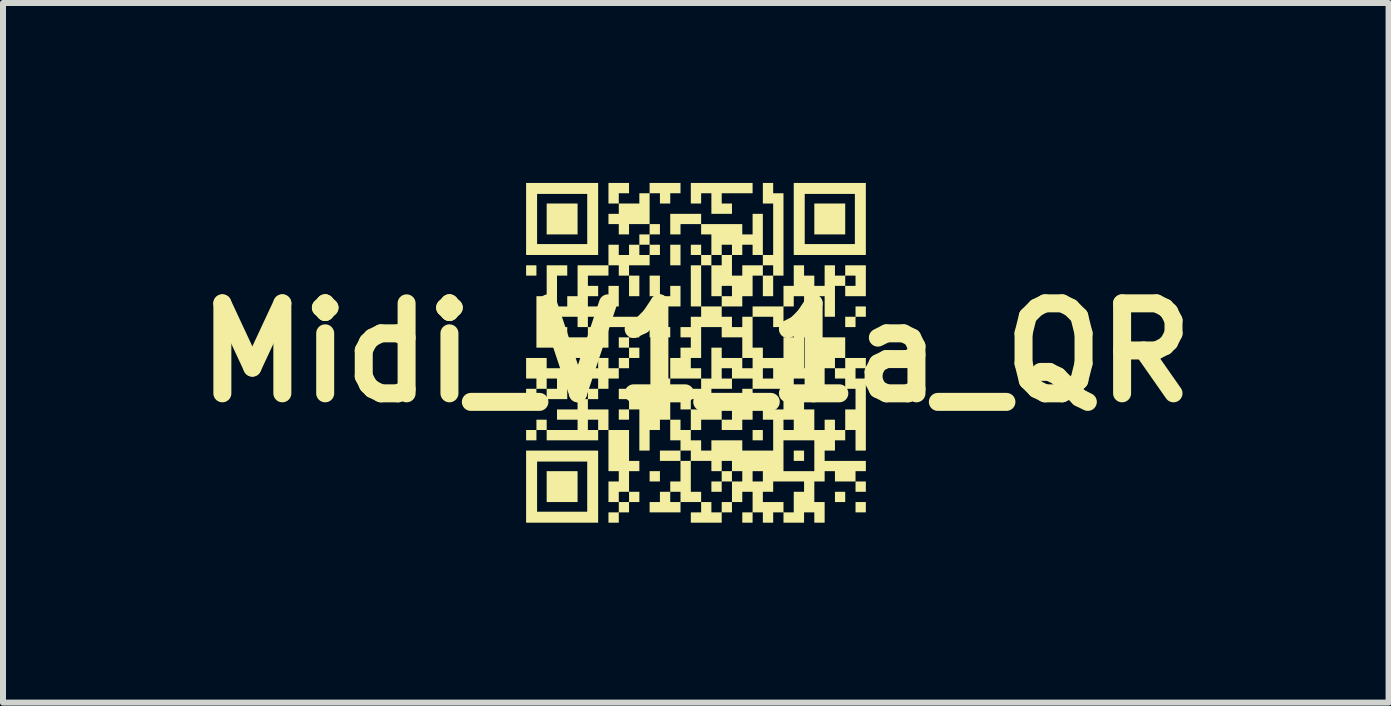
<source format=kicad_pcb>
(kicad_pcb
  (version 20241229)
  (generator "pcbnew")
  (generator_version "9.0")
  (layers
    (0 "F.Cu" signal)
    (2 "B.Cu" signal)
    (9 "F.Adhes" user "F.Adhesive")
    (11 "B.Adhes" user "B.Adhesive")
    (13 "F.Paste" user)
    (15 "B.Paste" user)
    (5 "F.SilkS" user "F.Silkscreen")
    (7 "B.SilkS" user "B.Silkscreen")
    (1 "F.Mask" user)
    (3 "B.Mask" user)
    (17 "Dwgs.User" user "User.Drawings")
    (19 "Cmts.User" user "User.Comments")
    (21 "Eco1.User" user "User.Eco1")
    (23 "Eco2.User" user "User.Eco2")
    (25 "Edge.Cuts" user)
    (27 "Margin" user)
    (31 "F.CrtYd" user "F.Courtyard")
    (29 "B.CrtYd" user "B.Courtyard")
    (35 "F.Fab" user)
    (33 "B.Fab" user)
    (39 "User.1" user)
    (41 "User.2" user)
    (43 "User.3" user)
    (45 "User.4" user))
  (footprint "Midi_V1_1a_QR"
    (layer "F.Cu")
    (at 8.55 2.829)
    (property "Reference" "Midi_V1_1a_QR" (at 0 0 0) (layer "F.SilkS") (effects (font (size 1.5 1.5) (thickness 0.3))))
    (attr board_only exclude_from_pos_files exclude_from_bom)
    (fp_poly (pts (xy -2.657 -1.37) (xy -2.657 -1.284) (xy -2.743 -1.284) (xy -2.829 -1.284) (xy -2.829 -1.37) (xy -2.829 -1.456) (xy -2.743 -1.456) (xy -2.657 -1.456)) (stroke (width 0) (type solid)) (fill yes) (layer "F.SilkS"))
    (fp_poly (pts (xy -1.971 -2.228) (xy -1.971 -1.971) (xy -2.228 -1.971) (xy -2.486 -1.971) (xy -2.486 -2.228) (xy -2.486 -2.486) (xy -2.228 -2.486) (xy -1.971 -2.486)) (stroke (width 0) (type solid)) (fill yes) (layer "F.SilkS"))
    (fp_poly (pts (xy -1.971 2.234) (xy -1.971 2.491) (xy -2.228 2.491) (xy -2.486 2.491) (xy -2.486 2.234) (xy -2.486 1.976) (xy -2.228 1.976) (xy -1.971 1.976)) (stroke (width 0) (type solid)) (fill yes) (layer "F.SilkS"))
    (fp_poly (pts (xy -1.284 -0.941) (xy -1.284 -0.77) (xy -1.37 -0.77) (xy -1.456 -0.77) (xy -1.456 -0.941) (xy -1.456 -1.113) (xy -1.37 -1.113) (xy -1.284 -1.113)) (stroke (width 0) (type solid)) (fill yes) (layer "F.SilkS"))
    (fp_poly (pts (xy -0.941 -1.113) (xy -0.941 -0.941) (xy -1.027 -0.941) (xy -1.113 -0.941) (xy -1.113 -1.113) (xy -1.113 -1.284) (xy -1.027 -1.284) (xy -0.941 -1.284)) (stroke (width 0) (type solid)) (fill yes) (layer "F.SilkS"))
    (fp_poly (pts (xy -0.598 2.062) (xy -0.598 2.148) (xy -0.684 2.148) (xy -0.77 2.148) (xy -0.77 2.062) (xy -0.77 1.976) (xy -0.684 1.976) (xy -0.598 1.976)) (stroke (width 0) (type solid)) (fill yes) (layer "F.SilkS"))
    (fp_poly (pts (xy -0.426 -0.34) (xy -0.426 -0.255) (xy -0.598 -0.255) (xy -0.77 -0.255) (xy -0.77 -0.34) (xy -0.77 -0.426) (xy -0.598 -0.426) (xy -0.426 -0.426)) (stroke (width 0) (type solid)) (fill yes) (layer "F.SilkS"))
    (fp_poly (pts (xy -0.255 -1.628) (xy -0.255 -1.456) (xy -0.34 -1.456) (xy -0.426 -1.456) (xy -0.426 -1.628) (xy -0.426 -1.799) (xy -0.34 -1.799) (xy -0.255 -1.799)) (stroke (width 0) (type solid)) (fill yes) (layer "F.SilkS"))
    (fp_poly (pts (xy 1.118 1.376) (xy 1.118 1.462) (xy 1.032 1.462) (xy 0.947 1.462) (xy 0.947 1.376) (xy 0.947 1.29) (xy 1.032 1.29) (xy 1.118 1.29)) (stroke (width 0) (type solid)) (fill yes) (layer "F.SilkS"))
    (fp_poly (pts (xy 1.805 1.719) (xy 1.805 1.805) (xy 1.719 1.805) (xy 1.633 1.805) (xy 1.633 1.719) (xy 1.633 1.633) (xy 1.719 1.633) (xy 1.805 1.633)) (stroke (width 0) (type solid)) (fill yes) (layer "F.SilkS"))
    (fp_poly (pts (xy 2.491 -2.228) (xy 2.491 -1.971) (xy 2.234 -1.971) (xy 1.976 -1.971) (xy 1.976 -2.228) (xy 1.976 -2.486) (xy 2.234 -2.486) (xy 2.491 -2.486)) (stroke (width 0) (type solid)) (fill yes) (layer "F.SilkS"))
    (fp_poly (pts (xy 2.491 2.405) (xy 2.491 2.491) (xy 2.405 2.491) (xy 2.32 2.491) (xy 2.32 2.405) (xy 2.32 2.32) (xy 2.405 2.32) (xy 2.491 2.32)) (stroke (width 0) (type solid)) (fill yes) (layer "F.SilkS"))
    (fp_poly (pts (xy 2.835 2.234) (xy 2.835 2.32) (xy 2.749 2.32) (xy 2.663 2.32) (xy 2.663 2.234) (xy 2.663 2.148) (xy 2.749 2.148) (xy 2.835 2.148)) (stroke (width 0) (type solid)) (fill yes) (layer "F.SilkS"))
    (fp_poly (pts (xy 2.835 2.577) (xy 2.835 2.663) (xy 2.749 2.663) (xy 2.663 2.663) (xy 2.663 2.577) (xy 2.663 2.491) (xy 2.749 2.491) (xy 2.835 2.491)) (stroke (width 0) (type solid)) (fill yes) (layer "F.SilkS"))
    (fp_poly (pts (xy 0.089 -2.228) (xy 0.089 -2.143) (xy -0.083 -2.143) (xy -0.255 -2.143) (xy -0.255 -2.057) (xy -0.255 -1.971) (xy -0.34 -1.971) (xy -0.426 -1.971) (xy -0.426 -2.143) (xy -0.426 -2.314) (xy -0.169 -2.314) (xy 0.089 -2.314)) (stroke (width 0) (type solid)) (fill yes) (layer "F.SilkS"))
    (fp_poly (pts (xy 0.603 2.062) (xy 0.603 2.148) (xy 0.518 2.148) (xy 0.432 2.148) (xy 0.432 2.234) (xy 0.432 2.32) (xy 0.346 2.32) (xy 0.26 2.32) (xy 0.26 2.234) (xy 0.26 2.148) (xy 0.346 2.148) (xy 0.432 2.148) (xy 0.432 2.062) (xy 0.432 1.976) (xy 0.518 1.976) (xy 0.603 1.976)) (stroke (width 0) (type solid)) (fill yes) (layer "F.SilkS"))
    (fp_poly (pts (xy 2.835 -0.684) (xy 2.835 -0.598) (xy 2.749 -0.598) (xy 2.663 -0.598) (xy 2.663 -0.512) (xy 2.663 -0.426) (xy 2.577 -0.426) (xy 2.491 -0.426) (xy 2.491 -0.512) (xy 2.491 -0.598) (xy 2.577 -0.598) (xy 2.663 -0.598) (xy 2.663 -0.684) (xy 2.663 -0.77) (xy 2.749 -0.77) (xy 2.835 -0.77)) (stroke (width 0) (type solid)) (fill yes) (layer "F.SilkS"))
    (fp_poly (pts (xy -1.628 -2.228) (xy -1.628 -1.628) (xy -2.228 -1.628) (xy -2.829 -1.628) (xy -2.829 -2.228) (xy -2.829 -2.646) (xy -2.646 -2.646) (xy -2.646 -2.228) (xy -2.646 -1.81) (xy -2.228 -1.81) (xy -1.81 -1.81) (xy -1.81 -2.228) (xy -1.81 -2.646) (xy -2.228 -2.646) (xy -2.646 -2.646) (xy -2.829 -2.646) (xy -2.829 -2.829) (xy -2.228 -2.829) (xy -1.628 -2.829)) (stroke (width 0) (type solid)) (fill yes) (layer "F.SilkS"))
    (fp_poly (pts (xy -1.628 2.234) (xy -1.628 2.835) (xy -2.228 2.835) (xy -2.829 2.835) (xy -2.829 2.234) (xy -2.829 1.816) (xy -2.646 1.816) (xy -2.646 2.234) (xy -2.646 2.652) (xy -2.228 2.652) (xy -1.81 2.652) (xy -1.81 2.234) (xy -1.81 1.816) (xy -2.228 1.816) (xy -2.646 1.816) (xy -2.829 1.816) (xy -2.829 1.633) (xy -2.228 1.633) (xy -1.628 1.633)) (stroke (width 0) (type solid)) (fill yes) (layer "F.SilkS"))
    (fp_poly (pts (xy 2.835 -2.228) (xy 2.835 -1.628) (xy 2.234 -1.628) (xy 1.633 -1.628) (xy 1.633 -2.228) (xy 1.633 -2.646) (xy 1.816 -2.646) (xy 1.816 -2.228) (xy 1.816 -1.81) (xy 2.234 -1.81) (xy 2.652 -1.81) (xy 2.652 -2.228) (xy 2.652 -2.646) (xy 2.234 -2.646) (xy 1.816 -2.646) (xy 1.633 -2.646) (xy 1.633 -2.829) (xy 2.234 -2.829) (xy 2.835 -2.829)) (stroke (width 0) (type solid)) (fill yes) (layer "F.SilkS"))
    (fp_poly (pts (xy -0.598 -1.113) (xy -0.598 -0.941) (xy -0.512 -0.941) (xy -0.426 -0.941) (xy -0.426 -1.027) (xy -0.426 -1.113) (xy -0.34 -1.113) (xy -0.255 -1.113) (xy -0.255 -0.941) (xy -0.255 -0.77) (xy -0.426 -0.77) (xy -0.598 -0.77) (xy -0.598 -0.855) (xy -0.598 -0.941) (xy -0.684 -0.941) (xy -0.77 -0.941) (xy -0.77 -1.113) (xy -0.77 -1.284) (xy -0.684 -1.284) (xy -0.598 -1.284)) (stroke (width 0) (type solid)) (fill yes) (layer "F.SilkS"))
    (fp_poly (pts (xy 0.947 -2.743) (xy 0.947 -2.657) (xy 0.689 -2.657) (xy 0.432 -2.657) (xy 0.432 -2.572) (xy 0.432 -2.486) (xy 0.518 -2.486) (xy 0.603 -2.486) (xy 0.603 -2.4) (xy 0.603 -2.314) (xy 0.432 -2.314) (xy 0.26 -2.314) (xy 0.26 -2.486) (xy 0.26 -2.657) (xy 0.174 -2.657) (xy 0.089 -2.657) (xy 0.089 -2.572) (xy 0.089 -2.486) (xy 0.003 -2.486) (xy -0.083 -2.486) (xy -0.083 -2.657) (xy -0.083 -2.829) (xy 0.432 -2.829) (xy 0.947 -2.829)) (stroke (width 0) (type solid)) (fill yes) (layer "F.SilkS"))
    (fp_poly (pts (xy -0.77 0.689) (xy -0.77 0.775) (xy -0.598 0.775) (xy -0.426 0.775) (xy -0.426 0.947) (xy -0.426 1.118) (xy -0.512 1.118) (xy -0.598 1.118) (xy -0.598 1.204) (xy -0.598 1.29) (xy -0.684 1.29) (xy -0.77 1.29) (xy -0.77 1.462) (xy -0.77 1.633) (xy -0.855 1.633) (xy -0.941 1.633) (xy -0.941 1.29) (xy -0.941 0.947) (xy -1.027 0.947) (xy -1.113 0.947) (xy -1.113 1.032) (xy -1.113 1.118) (xy -1.199 1.118) (xy -1.284 1.118) (xy -1.284 1.032) (xy -1.284 0.947) (xy -1.199 0.947) (xy -1.113 0.947) (xy -1.113 0.861) (xy -1.113 0.775) (xy -1.199 0.775) (xy -1.284 0.775) (xy -1.284 0.689) (xy -1.284 0.603) (xy -1.027 0.603) (xy -0.77 0.603)) (stroke (width 0) (type solid)) (fill yes) (layer "F.SilkS"))
    (fp_poly (pts (xy -1.113 -2.743) (xy -1.113 -2.657) (xy -1.199 -2.657) (xy -1.284 -2.657) (xy -1.284 -2.572) (xy -1.284 -2.486) (xy -1.113 -2.486) (xy -0.941 -2.486) (xy -0.941 -2.572) (xy -0.941 -2.657) (xy -0.855 -2.657) (xy -0.77 -2.657) (xy -0.77 -2.743) (xy -0.77 -2.829) (xy -0.512 -2.829) (xy -0.255 -2.829) (xy -0.255 -2.743) (xy -0.255 -2.657) (xy -0.34 -2.657) (xy -0.426 -2.657) (xy -0.426 -2.572) (xy -0.426 -2.486) (xy -0.512 -2.486) (xy -0.598 -2.486) (xy -0.598 -2.572) (xy -0.598 -2.657) (xy -0.684 -2.657) (xy -0.77 -2.657) (xy -0.77 -2.4) (xy -0.77 -2.143) (xy -0.941 -2.143) (xy -1.113 -2.143) (xy -1.113 -2.057) (xy -1.113 -1.971) (xy -1.199 -1.971) (xy -1.284 -1.971) (xy -1.284 -2.057) (xy -1.284 -2.143) (xy -1.37 -2.143) (xy -1.456 -2.143) (xy -1.456 -2.228) (xy -1.456 -2.314) (xy -1.37 -2.314) (xy -1.284 -2.314) (xy -1.284 -2.4) (xy -1.284 -2.486) (xy -1.37 -2.486) (xy -1.456 -2.486) (xy -1.456 -2.657) (xy -1.456 -2.829) (xy -1.284 -2.829) (xy -1.113 -2.829)) (stroke (width 0) (type solid)) (fill yes) (layer "F.SilkS"))
    (fp_poly (pts (xy -1.113 1.547) (xy -1.113 1.805) (xy -1.027 1.805) (xy -0.941 1.805) (xy -0.941 1.891) (xy -0.941 1.976) (xy -1.027 1.976) (xy -1.113 1.976) (xy -1.113 2.148) (xy -1.113 2.32) (xy -1.199 2.32) (xy -1.284 2.32) (xy -1.284 2.405) (xy -1.284 2.491) (xy -1.199 2.491) (xy -1.113 2.491) (xy -1.113 2.405) (xy -1.113 2.32) (xy -1.027 2.32) (xy -0.941 2.32) (xy -0.941 2.405) (xy -0.941 2.491) (xy -1.027 2.491) (xy -1.113 2.491) (xy -1.113 2.577) (xy -1.113 2.663) (xy -1.199 2.663) (xy -1.284 2.663) (xy -1.284 2.749) (xy -1.284 2.835) (xy -1.37 2.835) (xy -1.456 2.835) (xy -1.456 2.749) (xy -1.456 2.663) (xy -1.37 2.663) (xy -1.284 2.663) (xy -1.284 2.577) (xy -1.284 2.491) (xy -1.37 2.491) (xy -1.456 2.491) (xy -1.456 2.32) (xy -1.456 2.148) (xy -1.37 2.148) (xy -1.284 2.148) (xy -1.284 2.062) (xy -1.284 1.976) (xy -1.37 1.976) (xy -1.456 1.976) (xy -1.456 1.633) (xy -1.456 1.29) (xy -1.284 1.29) (xy -1.113 1.29)) (stroke (width 0) (type solid)) (fill yes) (layer "F.SilkS"))
    (fp_poly (pts (xy -0.941 0.003) (xy -0.941 0.089) (xy -1.027 0.089) (xy -1.113 0.089) (xy -1.113 0.174) (xy -1.113 0.26) (xy -1.199 0.26) (xy -1.284 0.26) (xy -1.284 0.346) (xy -1.284 0.432) (xy -1.37 0.432) (xy -1.456 0.432) (xy -1.456 0.518) (xy -1.456 0.603) (xy -1.542 0.603) (xy -1.628 0.603) (xy -1.628 0.689) (xy -1.628 0.775) (xy -1.713 0.775) (xy -1.799 0.775) (xy -1.799 0.861) (xy -1.799 0.947) (xy -1.628 0.947) (xy -1.456 0.947) (xy -1.456 1.118) (xy -1.456 1.29) (xy -1.542 1.29) (xy -1.628 1.29) (xy -1.628 1.376) (xy -1.628 1.462) (xy -2.057 1.462) (xy -2.486 1.462) (xy -2.486 1.376) (xy -2.486 1.29) (xy -2.572 1.29) (xy -2.657 1.29) (xy -2.657 1.376) (xy -2.657 1.462) (xy -2.743 1.462) (xy -2.829 1.462) (xy -2.829 1.376) (xy -2.829 1.29) (xy -2.743 1.29) (xy -2.657 1.29) (xy -2.657 1.204) (xy -2.657 1.118) (xy -2.572 1.118) (xy -2.486 1.118) (xy -2.486 1.204) (xy -2.486 1.29) (xy -2.228 1.29) (xy -1.971 1.29) (xy -1.971 1.204) (xy -1.971 1.118) (xy -1.799 1.118) (xy -1.799 1.204) (xy -1.799 1.29) (xy -1.713 1.29) (xy -1.628 1.29) (xy -1.628 1.204) (xy -1.628 1.118) (xy -1.713 1.118) (xy -1.799 1.118) (xy -1.971 1.118) (xy -2.143 1.118) (xy -2.314 1.118) (xy -2.314 1.032) (xy -2.314 0.947) (xy -2.143 0.947) (xy -1.971 0.947) (xy -1.971 0.861) (xy -1.971 0.775) (xy -1.885 0.775) (xy -1.799 0.775) (xy -1.799 0.689) (xy -1.799 0.603) (xy -1.713 0.603) (xy -1.628 0.603) (xy -1.628 0.518) (xy -1.628 0.432) (xy -1.885 0.432) (xy -2.143 0.432) (xy -2.143 0.603) (xy -2.143 0.775) (xy -2.314 0.775) (xy -2.486 0.775) (xy -2.486 0.689) (xy -2.486 0.603) (xy -2.572 0.603) (xy -2.657 0.603) (xy -2.657 0.775) (xy -2.657 0.947) (xy -2.743 0.947) (xy -2.829 0.947) (xy -2.829 0.775) (xy -2.829 0.603) (xy -2.743 0.603) (xy -2.657 0.603) (xy -2.657 0.518) (xy -2.657 0.432) (xy -2.486 0.432) (xy -2.486 0.518) (xy -2.486 0.603) (xy -2.4 0.603) (xy -2.314 0.603) (xy -2.314 0.518) (xy -2.314 0.432) (xy -2.4 0.432) (xy -2.486 0.432) (xy -2.657 0.432) (xy -2.743 0.432) (xy -2.829 0.432) (xy -2.829 0.26) (xy -2.829 0.089) (xy -2.657 0.089) (xy -2.486 0.089) (xy -2.486 0.174) (xy -2.486 0.26) (xy -2.057 0.26) (xy -1.628 0.26) (xy -1.628 0.174) (xy -1.628 0.089) (xy -1.542 0.089) (xy -1.456 0.089) (xy -1.456 0.174) (xy -1.456 0.26) (xy -1.37 0.26) (xy -1.284 0.26) (xy -1.284 0.174) (xy -1.284 0.089) (xy -1.199 0.089) (xy -1.113 0.089) (xy -1.113 0.003) (xy -1.113 -0.083) (xy -1.027 -0.083) (xy -0.941 -0.083)) (stroke (width 0) (type solid)) (fill yes) (layer "F.SilkS"))
    (fp_poly (pts (xy -0.598 -2.057) (xy -0.598 -1.971) (xy -0.684 -1.971) (xy -0.77 -1.971) (xy -0.77 -1.885) (xy -0.77 -1.799) (xy -0.855 -1.799) (xy -0.941 -1.799) (xy -0.941 -1.713) (xy -0.941 -1.628) (xy -0.855 -1.628) (xy -0.77 -1.628) (xy -0.77 -1.713) (xy -0.77 -1.799) (xy -0.684 -1.799) (xy -0.598 -1.799) (xy -0.598 -1.713) (xy -0.598 -1.628) (xy -0.684 -1.628) (xy -0.77 -1.628) (xy -0.77 -1.542) (xy -0.77 -1.456) (xy -0.941 -1.456) (xy -1.113 -1.456) (xy -1.113 -1.37) (xy -1.113 -1.284) (xy -1.199 -1.284) (xy -1.284 -1.284) (xy -1.284 -1.37) (xy -1.284 -1.456) (xy -1.37 -1.456) (xy -1.456 -1.456) (xy -1.456 -1.37) (xy -1.456 -1.284) (xy -1.628 -1.284) (xy -1.799 -1.284) (xy -1.799 -1.199) (xy -1.799 -1.113) (xy -1.713 -1.113) (xy -1.628 -1.113) (xy -1.628 -1.027) (xy -1.628 -0.941) (xy -1.713 -0.941) (xy -1.799 -0.941) (xy -1.799 -0.855) (xy -1.799 -0.77) (xy -1.713 -0.77) (xy -1.628 -0.77) (xy -1.628 -0.684) (xy -1.628 -0.598) (xy -1.713 -0.598) (xy -1.799 -0.598) (xy -1.799 -0.512) (xy -1.799 -0.426) (xy -1.885 -0.426) (xy -1.971 -0.426) (xy -1.971 -0.512) (xy -1.971 -0.598) (xy -2.143 -0.598) (xy -2.314 -0.598) (xy -2.314 -0.512) (xy -2.314 -0.426) (xy -2.228 -0.426) (xy -2.143 -0.426) (xy -2.143 -0.34) (xy -2.143 -0.255) (xy -1.971 -0.255) (xy -1.799 -0.255) (xy -1.799 -0.34) (xy -1.799 -0.426) (xy -1.713 -0.426) (xy -1.628 -0.426) (xy -1.628 -0.512) (xy -1.628 -0.598) (xy -1.199 -0.598) (xy -0.77 -0.598) (xy -0.77 -0.512) (xy -0.77 -0.426) (xy -0.855 -0.426) (xy -0.941 -0.426) (xy -0.941 -0.34) (xy -0.941 -0.255) (xy -1.027 -0.255) (xy -1.113 -0.255) (xy -1.113 -0.169) (xy -1.113 -0.083) (xy -1.199 -0.083) (xy -1.284 -0.083) (xy -1.284 -0.169) (xy -1.284 -0.255) (xy -1.199 -0.255) (xy -1.113 -0.255) (xy -1.113 -0.34) (xy -1.113 -0.426) (xy -1.284 -0.426) (xy -1.456 -0.426) (xy -1.456 -0.255) (xy -1.456 -0.083) (xy -1.542 -0.083) (xy -1.628 -0.083) (xy -1.628 -0.169) (xy -1.628 -0.255) (xy -1.713 -0.255) (xy -1.799 -0.255) (xy -1.799 -0.169) (xy -1.799 -0.083) (xy -1.713 -0.083) (xy -1.628 -0.083) (xy -1.628 0.003) (xy -1.628 0.089) (xy -1.971 0.089) (xy -2.314 0.089) (xy -2.314 0.003) (xy -2.314 -0.083) (xy -2.486 -0.083) (xy -2.657 -0.083) (xy -2.657 -0.512) (xy -2.657 -0.77) (xy -2.486 -0.77) (xy -2.486 -0.684) (xy -2.486 -0.598) (xy -2.4 -0.598) (xy -2.314 -0.598) (xy -2.314 -0.684) (xy -2.314 -0.77) (xy -2.4 -0.77) (xy -2.486 -0.77) (xy -2.657 -0.77) (xy -2.657 -0.941) (xy -2.572 -0.941) (xy -2.486 -0.941) (xy -2.486 -1.199) (xy -2.486 -1.456) (xy -2.314 -1.456) (xy -2.143 -1.456) (xy -2.143 -1.37) (xy -2.143 -1.284) (xy -2.228 -1.284) (xy -2.314 -1.284) (xy -2.314 -1.027) (xy -2.314 -0.77) (xy -2.228 -0.77) (xy -2.143 -0.77) (xy -2.143 -0.855) (xy -2.143 -0.941) (xy -2.057 -0.941) (xy -1.971 -0.941) (xy -1.971 -1.199) (xy -1.971 -1.456) (xy -1.713 -1.456) (xy -1.456 -1.456) (xy -1.456 -1.628) (xy -1.456 -1.799) (xy -1.37 -1.799) (xy -1.284 -1.799) (xy -1.284 -1.713) (xy -1.284 -1.628) (xy -1.199 -1.628) (xy -1.113 -1.628) (xy -1.113 -1.713) (xy -1.113 -1.799) (xy -1.027 -1.799) (xy -0.941 -1.799) (xy -0.941 -1.885) (xy -0.941 -1.971) (xy -0.855 -1.971) (xy -0.77 -1.971) (xy -0.77 -2.057) (xy -0.77 -2.143) (xy -0.684 -2.143) (xy -0.598 -2.143)) (stroke (width 0) (type solid)) (fill yes) (layer "F.SilkS"))
    (fp_poly (pts (xy 1.29 -2.743) (xy 1.29 -2.657) (xy 1.376 -2.657) (xy 1.462 -2.657) (xy 1.462 -1.971) (xy 1.462 -1.284) (xy 1.376 -1.284) (xy 1.29 -1.284) (xy 1.29 -1.113) (xy 1.29 -0.941) (xy 1.204 -0.941) (xy 1.118 -0.941) (xy 1.118 -1.113) (xy 1.118 -1.284) (xy 1.032 -1.284) (xy 0.947 -1.284) (xy 0.947 -1.113) (xy 0.947 -0.941) (xy 0.861 -0.941) (xy 0.775 -0.941) (xy 0.775 -0.855) (xy 0.775 -0.77) (xy 0.603 -0.77) (xy 0.432 -0.77) (xy 0.432 -0.684) (xy 0.432 -0.598) (xy 0.518 -0.598) (xy 0.603 -0.598) (xy 0.603 -0.512) (xy 0.603 -0.426) (xy 0.689 -0.426) (xy 0.775 -0.426) (xy 0.775 -0.512) (xy 0.775 -0.598) (xy 0.861 -0.598) (xy 0.947 -0.598) (xy 0.947 -0.684) (xy 0.947 -0.77) (xy 1.204 -0.77) (xy 1.462 -0.77) (xy 1.462 -0.941) (xy 1.462 -1.113) (xy 1.547 -1.113) (xy 1.633 -1.113) (xy 1.633 -1.284) (xy 1.633 -1.456) (xy 1.719 -1.456) (xy 1.805 -1.456) (xy 1.805 -1.37) (xy 1.805 -1.284) (xy 1.891 -1.284) (xy 1.976 -1.284) (xy 1.976 -1.199) (xy 1.976 -1.113) (xy 2.062 -1.113) (xy 2.148 -1.113) (xy 2.148 -1.284) (xy 2.148 -1.456) (xy 2.234 -1.456) (xy 2.32 -1.456) (xy 2.32 -1.37) (xy 2.32 -1.284) (xy 2.405 -1.284) (xy 2.491 -1.284) (xy 2.491 -1.199) (xy 2.491 -1.113) (xy 2.577 -1.113) (xy 2.663 -1.113) (xy 2.663 -1.199) (xy 2.663 -1.284) (xy 2.577 -1.284) (xy 2.491 -1.284) (xy 2.491 -1.37) (xy 2.491 -1.456) (xy 2.663 -1.456) (xy 2.835 -1.456) (xy 2.835 -1.199) (xy 2.835 -0.941) (xy 2.663 -0.941) (xy 2.491 -0.941) (xy 2.491 -1.027) (xy 2.491 -1.113) (xy 2.405 -1.113) (xy 2.32 -1.113) (xy 2.32 -0.855) (xy 2.32 -0.598) (xy 2.234 -0.598) (xy 2.148 -0.598) (xy 2.148 -0.77) (xy 2.148 -0.941) (xy 2.062 -0.941) (xy 1.976 -0.941) (xy 1.976 -0.598) (xy 1.976 -0.255) (xy 1.891 -0.255) (xy 1.805 -0.255) (xy 1.805 0.003) (xy 1.805 0.26) (xy 1.891 0.26) (xy 1.976 0.26) (xy 1.976 0.003) (xy 1.976 -0.255) (xy 2.234 -0.255) (xy 2.491 -0.255) (xy 2.491 -0.083) (xy 2.491 0.089) (xy 2.405 0.089) (xy 2.32 0.089) (xy 2.32 0.174) (xy 2.32 0.26) (xy 2.234 0.26) (xy 2.148 0.26) (xy 2.148 0.432) (xy 2.148 0.603) (xy 2.32 0.603) (xy 2.491 0.603) (xy 2.491 0.518) (xy 2.491 0.432) (xy 2.405 0.432) (xy 2.32 0.432) (xy 2.32 0.346) (xy 2.32 0.26) (xy 2.405 0.26) (xy 2.491 0.26) (xy 2.491 0.174) (xy 2.491 0.089) (xy 2.663 0.089) (xy 2.835 0.089) (xy 2.835 0.174) (xy 2.835 0.26) (xy 2.749 0.26) (xy 2.663 0.26) (xy 2.663 0.346) (xy 2.663 0.432) (xy 2.749 0.432) (xy 2.835 0.432) (xy 2.835 1.032) (xy 2.835 1.633) (xy 2.749 1.633) (xy 2.663 1.633) (xy 2.663 1.462) (xy 2.663 1.29) (xy 2.577 1.29) (xy 2.491 1.29) (xy 2.491 1.376) (xy 2.491 1.462) (xy 2.405 1.462) (xy 2.32 1.462) (xy 2.32 1.547) (xy 2.32 1.633) (xy 2.234 1.633) (xy 2.148 1.633) (xy 2.148 1.719) (xy 2.148 1.805) (xy 2.491 1.805) (xy 2.835 1.805) (xy 2.835 1.891) (xy 2.835 1.976) (xy 2.749 1.976) (xy 2.663 1.976) (xy 2.663 2.062) (xy 2.663 2.148) (xy 2.491 2.148) (xy 2.32 2.148) (xy 2.32 2.062) (xy 2.32 1.976) (xy 2.234 1.976) (xy 2.148 1.976) (xy 2.148 2.062) (xy 2.148 2.148) (xy 2.062 2.148) (xy 1.976 2.148) (xy 1.976 2.32) (xy 1.976 2.491) (xy 2.062 2.491) (xy 2.148 2.491) (xy 2.148 2.663) (xy 2.148 2.835) (xy 2.062 2.835) (xy 1.976 2.835) (xy 1.976 2.749) (xy 1.976 2.663) (xy 1.891 2.663) (xy 1.805 2.663) (xy 1.805 2.749) (xy 1.805 2.835) (xy 1.633 2.835) (xy 1.462 2.835) (xy 1.462 2.749) (xy 1.462 2.663) (xy 1.376 2.663) (xy 1.29 2.663) (xy 1.29 2.749) (xy 1.29 2.835) (xy 1.204 2.835) (xy 1.118 2.835) (xy 1.118 2.749) (xy 1.118 2.663) (xy 1.032 2.663) (xy 0.947 2.663) (xy 0.947 2.749) (xy 0.947 2.835) (xy 0.861 2.835) (xy 0.775 2.835) (xy 0.775 2.749) (xy 0.775 2.663) (xy 0.861 2.663) (xy 0.947 2.663) (xy 0.947 2.491) (xy 1.118 2.491) (xy 1.29 2.491) (xy 1.462 2.491) (xy 1.462 2.577) (xy 1.462 2.663) (xy 1.547 2.663) (xy 1.633 2.663) (xy 1.633 2.491) (xy 1.633 2.32) (xy 1.719 2.32) (xy 1.805 2.32) (xy 1.805 2.234) (xy 1.805 2.148) (xy 1.547 2.148) (xy 1.29 2.148) (xy 1.29 2.234) (xy 1.29 2.32) (xy 1.204 2.32) (xy 1.118 2.32) (xy 1.118 2.405) (xy 1.118 2.491) (xy 0.947 2.491) (xy 0.947 2.32) (xy 0.861 2.32) (xy 0.775 2.32) (xy 0.775 2.405) (xy 0.775 2.491) (xy 0.689 2.491) (xy 0.603 2.491) (xy 0.603 2.577) (xy 0.603 2.663) (xy 0.518 2.663) (xy 0.432 2.663) (xy 0.432 2.749) (xy 0.432 2.835) (xy 0.174 2.835) (xy -0.083 2.835) (xy -0.083 2.749) (xy -0.083 2.663) (xy 0.003 2.663) (xy 0.089 2.663) (xy 0.089 2.577) (xy 0.089 2.491) (xy 0.174 2.491) (xy 0.26 2.491) (xy 0.26 2.577) (xy 0.26 2.663) (xy 0.346 2.663) (xy 0.432 2.663) (xy 0.432 2.577) (xy 0.432 2.491) (xy 0.518 2.491) (xy 0.603 2.491) (xy 0.603 2.32) (xy 0.603 2.148) (xy 0.689 2.148) (xy 0.775 2.148) (xy 0.775 2.062) (xy 0.775 1.976) (xy 0.947 1.976) (xy 0.947 2.062) (xy 0.947 2.148) (xy 1.032 2.148) (xy 1.118 2.148) (xy 1.118 2.062) (xy 1.118 1.976) (xy 1.032 1.976) (xy 0.947 1.976) (xy 0.775 1.976) (xy 0.689 1.976) (xy 0.603 1.976) (xy 0.603 1.891) (xy 0.603 1.805) (xy 0.518 1.805) (xy 0.432 1.805) (xy 0.432 1.891) (xy 0.432 1.976) (xy 0.346 1.976) (xy 0.26 1.976) (xy 0.26 1.891) (xy 0.26 1.805) (xy 0.089 1.805) (xy -0.083 1.805) (xy -0.083 2.062) (xy -0.083 2.32) (xy 0.003 2.32) (xy 0.089 2.32) (xy 0.089 2.405) (xy 0.089 2.491) (xy -0.083 2.491) (xy -0.255 2.491) (xy -0.255 2.577) (xy -0.255 2.663) (xy -0.512 2.663) (xy -0.77 2.663) (xy -0.77 2.577) (xy -0.77 2.491) (xy -0.684 2.491) (xy -0.598 2.491) (xy -0.598 2.405) (xy -0.598 2.32) (xy -0.512 2.32) (xy -0.426 2.32) (xy -0.426 2.405) (xy -0.426 2.491) (xy -0.34 2.491) (xy -0.255 2.491) (xy -0.255 2.405) (xy -0.255 2.32) (xy -0.34 2.32) (xy -0.426 2.32) (xy -0.426 2.234) (xy -0.426 2.148) (xy -0.34 2.148) (xy -0.255 2.148) (xy -0.255 1.976) (xy -0.255 1.805) (xy -0.426 1.805) (xy -0.598 1.805) (xy -0.598 1.719) (xy -0.598 1.633) (xy -0.426 1.633) (xy -0.255 1.633) (xy -0.255 1.719) (xy -0.255 1.805) (xy -0.169 1.805) (xy -0.083 1.805) (xy -0.083 1.719) (xy -0.083 1.633) (xy -0.169 1.633) (xy -0.255 1.633) (xy -0.255 1.547) (xy -0.255 1.462) (xy -0.083 1.462) (xy 0.003 1.462) (xy 0.089 1.462) (xy 0.089 1.547) (xy 0.089 1.633) (xy 0.174 1.633) (xy 0.26 1.633) (xy 0.26 1.547) (xy 0.26 1.462) (xy 0.518 1.462) (xy 0.775 1.462) (xy 0.775 1.547) (xy 0.775 1.633) (xy 1.032 1.633) (xy 1.29 1.633) (xy 1.29 1.462) (xy 1.462 1.462) (xy 1.462 1.719) (xy 1.462 1.976) (xy 1.719 1.976) (xy 1.976 1.976) (xy 1.976 1.719) (xy 1.976 1.462) (xy 1.719 1.462) (xy 1.462 1.462) (xy 1.29 1.462) (xy 1.29 1.376) (xy 1.29 1.118) (xy 1.462 1.118) (xy 1.462 1.204) (xy 1.462 1.29) (xy 1.547 1.29) (xy 1.633 1.29) (xy 1.633 1.204) (xy 1.633 1.118) (xy 1.547 1.118) (xy 1.462 1.118) (xy 1.29 1.118) (xy 1.204 1.118) (xy 1.118 1.118) (xy 1.118 1.032) (xy 1.118 0.947) (xy 1.032 0.947) (xy 0.947 0.947) (xy 0.947 1.032) (xy 0.947 1.118) (xy 0.861 1.118) (xy 0.775 1.118) (xy 0.775 1.204) (xy 0.775 1.29) (xy 0.603 1.29) (xy 0.432 1.29) (xy 0.432 1.204) (xy 0.432 1.118) (xy 0.518 1.118) (xy 0.603 1.118) (xy 0.603 1.032) (xy 0.603 0.947) (xy 0.518 0.947) (xy 0.432 0.947) (xy 0.432 1.032) (xy 0.432 1.118) (xy 0.26 1.118) (xy 0.089 1.118) (xy 0.089 1.204) (xy 0.089 1.29) (xy 0.003 1.29) (xy -0.083 1.29) (xy -0.083 1.376) (xy -0.083 1.462) (xy -0.255 1.462) (xy -0.34 1.462) (xy -0.426 1.462) (xy -0.426 1.29) (xy -0.426 1.118) (xy -0.34 1.118) (xy -0.255 1.118) (xy -0.255 1.204) (xy -0.255 1.29) (xy -0.169 1.29) (xy -0.083 1.29) (xy -0.083 1.118) (xy -0.083 0.947) (xy 0.089 0.947) (xy 0.26 0.947) (xy 0.26 0.861) (xy 0.26 0.775) (xy 0.518 0.775) (xy 0.775 0.775) (xy 0.775 0.689) (xy 0.775 0.603) (xy 0.861 0.603) (xy 0.947 0.603) (xy 0.947 0.689) (xy 0.947 0.775) (xy 1.118 0.775) (xy 1.29 0.775) (xy 1.29 0.861) (xy 1.29 0.947) (xy 1.376 0.947) (xy 1.462 0.947) (xy 1.462 0.861) (xy 1.462 0.775) (xy 1.633 0.775) (xy 1.805 0.775) (xy 1.805 0.861) (xy 1.805 0.947) (xy 1.891 0.947) (xy 1.976 0.947) (xy 1.976 1.118) (xy 1.976 1.29) (xy 2.062 1.29) (xy 2.148 1.29) (xy 2.148 1.204) (xy 2.148 1.118) (xy 2.234 1.118) (xy 2.32 1.118) (xy 2.32 1.204) (xy 2.32 1.29) (xy 2.405 1.29) (xy 2.491 1.29) (xy 2.491 1.118) (xy 2.491 0.947) (xy 2.577 0.947) (xy 2.663 0.947) (xy 2.663 0.775) (xy 2.663 0.603) (xy 2.577 0.603) (xy 2.491 0.603) (xy 2.491 0.689) (xy 2.491 0.775) (xy 2.234 0.775) (xy 1.976 0.775) (xy 1.976 0.603) (xy 1.976 0.432) (xy 1.805 0.432) (xy 1.633 0.432) (xy 1.633 0.518) (xy 1.633 0.603) (xy 1.29 0.603) (xy 0.947 0.603) (xy 0.947 0.518) (xy 0.947 0.432) (xy 0.775 0.432) (xy 0.603 0.432) (xy 0.603 0.518) (xy 0.603 0.603) (xy 0.432 0.603) (xy 0.26 0.603) (xy 0.26 0.689) (xy 0.26 0.775) (xy 0.089 0.775) (xy -0.083 0.775) (xy -0.083 0.861) (xy -0.083 0.947) (xy -0.169 0.947) (xy -0.255 0.947) (xy -0.255 0.861) (xy -0.255 0.775) (xy -0.169 0.775) (xy -0.083 0.775) (xy -0.083 0.689) (xy -0.083 0.603) (xy 0.003 0.603) (xy 0.089 0.603) (xy 0.089 0.518) (xy 0.089 0.432) (xy -0.169 0.432) (xy -0.426 0.432) (xy -0.426 0.518) (xy -0.426 0.603) (xy -0.512 0.603) (xy -0.598 0.603) (xy -0.598 0.518) (xy -0.598 0.432) (xy -0.512 0.432) (xy -0.426 0.432) (xy -0.426 0.26) (xy -0.083 0.26) (xy 0.003 0.26) (xy 0.089 0.26) (xy 0.089 0.346) (xy 0.089 0.432) (xy 0.174 0.432) (xy 0.26 0.432) (xy 0.26 0.26) (xy 0.432 0.26) (xy 0.432 0.346) (xy 0.432 0.432) (xy 0.518 0.432) (xy 0.603 0.432) (xy 0.603 0.346) (xy 0.603 0.26) (xy 0.518 0.26) (xy 0.432 0.26) (xy 0.26 0.26) (xy 0.26 0.174) (xy 0.26 -0.083) (xy 0.346 -0.083) (xy 0.432 -0.083) (xy 0.432 0.003) (xy 0.432 0.089) (xy 0.603 0.089) (xy 0.775 0.089) (xy 0.775 0.174) (xy 0.775 0.26) (xy 0.861 0.26) (xy 0.947 0.26) (xy 1.118 0.26) (xy 1.118 0.346) (xy 1.118 0.432) (xy 1.204 0.432) (xy 1.29 0.432) (xy 1.29 0.346) (xy 1.29 0.26) (xy 1.204 0.26) (xy 1.118 0.26) (xy 0.947 0.26) (xy 0.947 0.174) (xy 0.947 0.089) (xy 0.861 0.089) (xy 0.775 0.089) (xy 0.775 -0.083) (xy 0.947 -0.083) (xy 1.032 -0.083) (xy 1.118 -0.083) (xy 1.118 0.003) (xy 1.118 0.089) (xy 1.29 0.089) (xy 1.462 0.089) (xy 1.462 -0.083) (xy 1.462 -0.255) (xy 1.547 -0.255) (xy 1.633 -0.255) (xy 1.633 -0.34) (xy 1.633 -0.426) (xy 1.719 -0.426) (xy 1.805 -0.426) (xy 1.805 -0.684) (xy 1.805 -0.941) (xy 1.719 -0.941) (xy 1.633 -0.941) (xy 1.633 -0.855) (xy 1.633 -0.77) (xy 1.547 -0.77) (xy 1.462 -0.77) (xy 1.462 -0.598) (xy 1.462 -0.426) (xy 1.376 -0.426) (xy 1.29 -0.426) (xy 1.29 -0.512) (xy 1.29 -0.598) (xy 1.118 -0.598) (xy 0.947 -0.598) (xy 0.947 -0.34) (xy 0.947 -0.083) (xy 0.775 -0.083) (xy 0.775 -0.255) (xy 0.603 -0.255) (xy 0.432 -0.255) (xy 0.432 -0.34) (xy 0.432 -0.426) (xy 0.26 -0.426) (xy 0.089 -0.426) (xy 0.089 -0.169) (xy 0.089 0.089) (xy 0.003 0.089) (xy -0.083 0.089) (xy -0.083 0.174) (xy -0.083 0.26) (xy -0.426 0.26) (xy -0.426 0.089) (xy -0.34 0.089) (xy -0.255 0.089) (xy -0.255 0.003) (xy -0.255 -0.083) (xy -0.169 -0.083) (xy -0.083 -0.083) (xy -0.083 -0.169) (xy -0.083 -0.255) (xy -0.169 -0.255) (xy -0.255 -0.255) (xy -0.255 -0.34) (xy -0.255 -0.426) (xy -0.169 -0.426) (xy -0.083 -0.426) (xy -0.083 -0.512) (xy -0.083 -0.598) (xy 0.003 -0.598) (xy 0.089 -0.598) (xy 0.089 -0.684) (xy 0.089 -0.77) (xy 0.26 -0.77) (xy 0.432 -0.77) (xy 0.432 -0.855) (xy 0.432 -0.941) (xy 0.518 -0.941) (xy 0.603 -0.941) (xy 0.603 -1.027) (xy 0.603 -1.113) (xy 0.518 -1.113) (xy 0.432 -1.113) (xy 0.432 -1.027) (xy 0.432 -0.941) (xy 0.346 -0.941) (xy 0.26 -0.941) (xy 0.26 -1.199) (xy 0.26 -1.456) (xy 0.346 -1.456) (xy 0.432 -1.456) (xy 0.432 -1.542) (xy 0.432 -1.628) (xy 0.518 -1.628) (xy 0.603 -1.628) (xy 0.603 -1.456) (xy 0.603 -1.284) (xy 0.689 -1.284) (xy 0.775 -1.284) (xy 0.775 -1.37) (xy 0.775 -1.456) (xy 0.947 -1.456) (xy 1.118 -1.456) (xy 1.118 -1.37) (xy 1.118 -1.284) (xy 1.204 -1.284) (xy 1.29 -1.284) (xy 1.29 -1.37) (xy 1.29 -1.456) (xy 1.204 -1.456) (xy 1.118 -1.456) (xy 1.118 -1.542) (xy 1.118 -1.628) (xy 1.032 -1.628) (xy 0.947 -1.628) (xy 0.947 -1.713) (xy 0.947 -1.799) (xy 0.861 -1.799) (xy 0.775 -1.799) (xy 0.775 -1.713) (xy 0.775 -1.628) (xy 0.689 -1.628) (xy 0.603 -1.628) (xy 0.603 -1.713) (xy 0.603 -1.799) (xy 0.518 -1.799) (xy 0.432 -1.799) (xy 0.432 -1.713) (xy 0.432 -1.628) (xy 0.346 -1.628) (xy 0.26 -1.628) (xy 0.26 -1.542) (xy 0.26 -1.456) (xy 0.174 -1.456) (xy 0.089 -1.456) (xy 0.089 -1.113) (xy 0.089 -0.77) (xy 0.003 -0.77) (xy -0.083 -0.77) (xy -0.083 -1.113) (xy -0.083 -1.456) (xy 0.003 -1.456) (xy 0.089 -1.456) (xy 0.089 -1.542) (xy 0.089 -1.628) (xy 0.003 -1.628) (xy -0.083 -1.628) (xy -0.083 -1.713) (xy -0.083 -1.799) (xy 0.003 -1.799) (xy 0.089 -1.799) (xy 0.089 -1.713) (xy 0.089 -1.628) (xy 0.174 -1.628) (xy 0.26 -1.628) (xy 0.26 -1.799) (xy 0.26 -1.971) (xy 0.174 -1.971) (xy 0.089 -1.971) (xy 0.089 -2.057) (xy 0.089 -2.143) (xy 0.432 -2.143) (xy 0.775 -2.143) (xy 0.775 -2.057) (xy 0.775 -1.971) (xy 0.861 -1.971) (xy 0.947 -1.971) (xy 0.947 -2.143) (xy 0.947 -2.314) (xy 1.032 -2.314) (xy 1.118 -2.314) (xy 1.118 -1.971) (xy 1.118 -1.628) (xy 1.204 -1.628) (xy 1.29 -1.628) (xy 1.29 -2.057) (xy 1.29 -2.486) (xy 1.204 -2.486) (xy 1.118 -2.486) (xy 1.118 -2.657) (xy 1.118 -2.829) (xy 1.204 -2.829) (xy 1.29 -2.829)) (stroke (width 0) (type solid)) (fill yes) (layer "F.SilkS")))
  (gr_rect
    (start -3 -3)
    (end 20.1 8.664)
    (stroke (width 0.1) (type default))
    (fill no)
    (layer "Edge.Cuts")))
</source>
